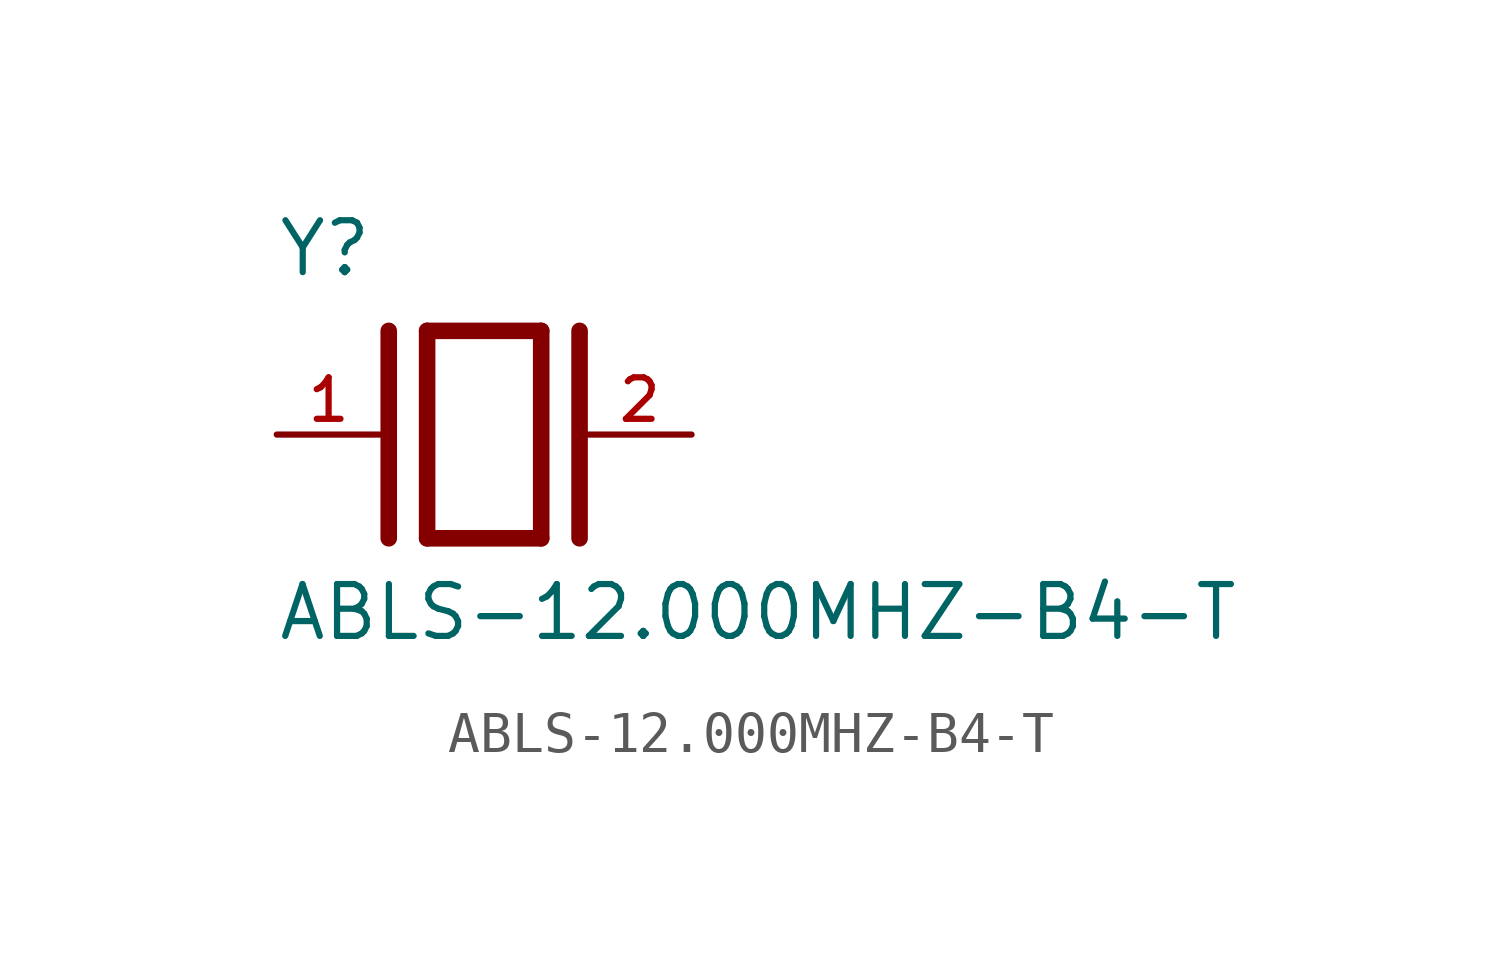
<source format=kicad_sym>
(kicad_symbol_lib
  (version 20211014)
  (generator kicad_symbol_editor)
  (symbol "ABLS-12.000MHZ-B4-T"
    (pin_names
      (offset 1.016))
    (property "Reference" "Y"
      (at -5.088 3.816 0)
      (effects (font (size 1.27 1.27)) (justify bottom left)))
    (property "Value" "ABLS-12.000MHZ-B4-T"
      (at -5.094 -5.094 0)
      (effects (font (size 1.27 1.27)) (justify bottom left)))
    (symbol "ABLS-12.000MHZ-B4-T_0_0"
      (polyline (pts (xy -1.397 2.54) (xy 1.397 2.54)) (stroke (width 0.406)))
      (polyline (pts (xy 1.397 2.54) (xy 1.397 -2.54)) (stroke (width 0.406)))
      (polyline (pts (xy 1.397 -2.54) (xy -1.397 -2.54)) (stroke (width 0.406)))
      (polyline (pts (xy -1.397 2.54) (xy -1.397 -2.54)) (stroke (width 0.406)))
      (polyline (pts (xy 2.337 2.54) (xy 2.337 -2.54)) (stroke (width 0.406)))
      (polyline (pts (xy -2.337 2.54) (xy -2.337 -2.54)) (stroke (width 0.406)))
      (pin passive line (at 5.08 0.0 180.0) (length 2.54) (name "~" (effects (font (size 1.016 1.016)))) (number "2" (effects (font (size 1.016 1.016)))))
      (pin passive line (at -5.08 0.0 0) (length 2.54) (name "~" (effects (font (size 1.016 1.016)))) (number "1" (effects (font (size 1.016 1.016))))))))
</source>
